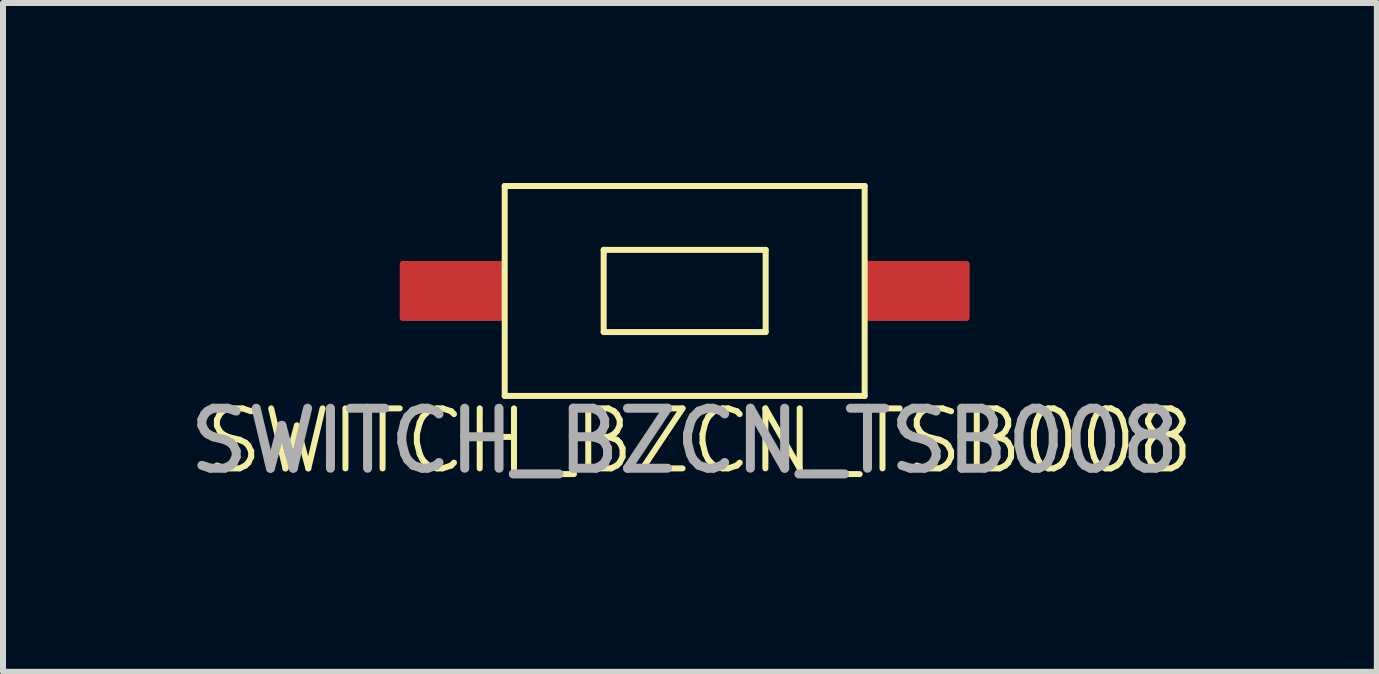
<source format=kicad_pcb>
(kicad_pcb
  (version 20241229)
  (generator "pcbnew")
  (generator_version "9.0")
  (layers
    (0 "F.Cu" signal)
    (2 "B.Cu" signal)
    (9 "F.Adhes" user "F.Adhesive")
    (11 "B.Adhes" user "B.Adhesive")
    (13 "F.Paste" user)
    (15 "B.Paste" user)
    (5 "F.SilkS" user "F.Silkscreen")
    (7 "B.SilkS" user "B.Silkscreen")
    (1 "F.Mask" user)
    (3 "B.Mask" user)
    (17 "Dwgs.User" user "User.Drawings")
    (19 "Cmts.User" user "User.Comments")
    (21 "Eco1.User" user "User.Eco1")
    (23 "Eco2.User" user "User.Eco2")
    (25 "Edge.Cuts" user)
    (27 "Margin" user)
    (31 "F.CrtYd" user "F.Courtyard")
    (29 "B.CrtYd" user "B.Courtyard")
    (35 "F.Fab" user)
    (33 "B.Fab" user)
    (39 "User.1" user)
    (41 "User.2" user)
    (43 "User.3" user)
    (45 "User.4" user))
  (footprint "SWITCH_BZCN_TSB008"
    (layer "F.Cu")
    (at 8.363 1.8)
    (property "Reference" "SWITCH_BZCN_TSB008" (at 0.25 2.5 0) (unlocked yes) (layer "F.SilkS") (effects (font (size 1 1) (thickness 0.1))))
    (attr smd)
    (fp_line (start -3 -1.75) (end 3 -1.75) (stroke (width 0.1) (type default)) (layer "F.SilkS"))
    (fp_line (start -3 1.75) (end -3 -1.75) (stroke (width 0.1) (type default)) (layer "F.SilkS"))
    (fp_line (start -1.35 -0.685) (end 1.35 -0.685) (stroke (width 0.1) (type default)) (layer "F.SilkS"))
    (fp_line (start -1.35 0.685) (end -1.35 -0.685) (stroke (width 0.1) (type default)) (layer "F.SilkS"))
    (fp_line (start 1.35 -0.685) (end 1.35 0.685) (stroke (width 0.1) (type default)) (layer "F.SilkS"))
    (fp_line (start 1.35 0.685) (end -1.35 0.685) (stroke (width 0.1) (type default)) (layer "F.SilkS"))
    (fp_line (start 3 -1.75) (end 3 1.75) (stroke (width 0.1) (type default)) (layer "F.SilkS"))
    (fp_line (start 3 1.75) (end -3 1.75) (stroke (width 0.1) (type default)) (layer "F.SilkS"))
    (fp_text user "${REFERENCE}" (at 0 2.5 0) (unlocked yes) (layer "F.Fab") (effects (font (size 1 1) (thickness 0.15))))
    (pad "1" smd roundrect (at -3.875 0) (size 1.75 1) (layers "F.Cu" "F.Mask" "F.Paste") (roundrect_rratio 0.05))
    (pad "2" smd roundrect (at 3.875 0) (size 1.75 1) (layers "F.Cu" "F.Mask" "F.Paste") (roundrect_rratio 0.05)))
  (gr_rect
    (start -3 -3)
    (end 19.901 8.148)
    (stroke (width 0.1) (type default))
    (fill no)
    (layer "Edge.Cuts")))
</source>
